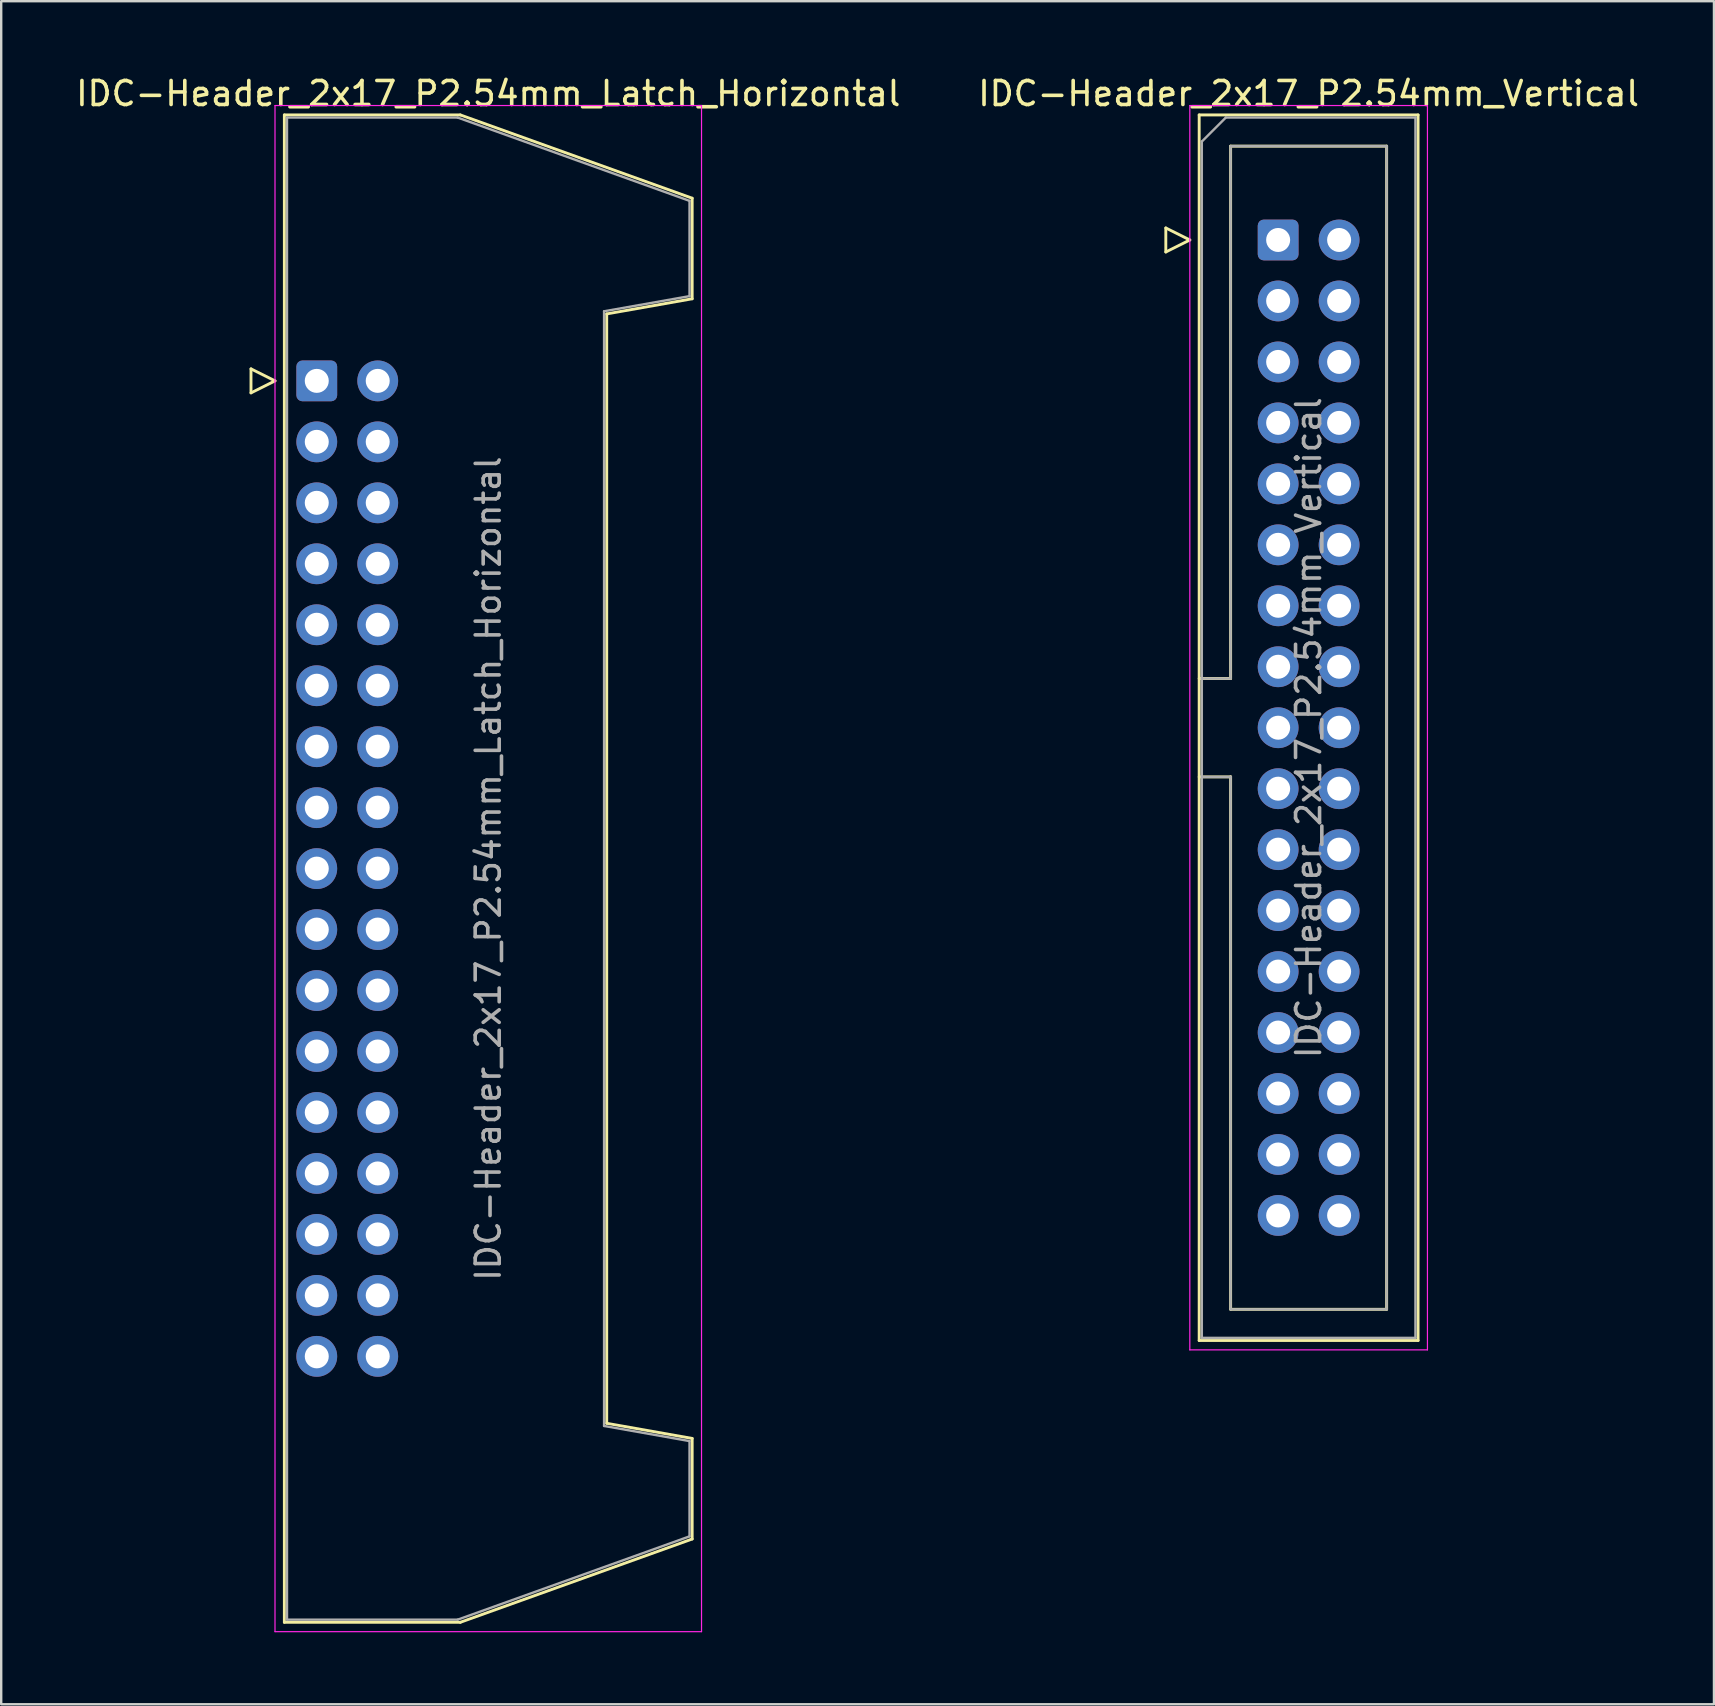
<source format=kicad_pcb>
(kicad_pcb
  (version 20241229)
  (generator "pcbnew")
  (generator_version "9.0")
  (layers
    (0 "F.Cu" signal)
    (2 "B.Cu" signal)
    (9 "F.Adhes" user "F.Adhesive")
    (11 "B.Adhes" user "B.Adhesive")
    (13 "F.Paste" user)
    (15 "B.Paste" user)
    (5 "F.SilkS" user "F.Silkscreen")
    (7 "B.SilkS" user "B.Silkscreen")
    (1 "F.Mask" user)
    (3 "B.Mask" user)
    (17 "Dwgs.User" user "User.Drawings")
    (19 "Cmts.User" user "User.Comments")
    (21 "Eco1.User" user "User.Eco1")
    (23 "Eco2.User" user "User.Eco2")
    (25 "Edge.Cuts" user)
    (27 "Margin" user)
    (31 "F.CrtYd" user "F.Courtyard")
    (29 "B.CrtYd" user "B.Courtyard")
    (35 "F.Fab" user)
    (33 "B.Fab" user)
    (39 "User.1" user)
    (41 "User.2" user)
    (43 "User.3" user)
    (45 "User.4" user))
  (footprint "IDC-Header_2x17_P2.54mm_Vertical"
    (layer "F.Cu")
    (at 50.2 6.948)
    (property "Reference" "IDC-Header_2x17_P2.54mm_Vertical" (at 1.27 -6.1 0) (layer "F.SilkS") (effects (font (size 1 1) (thickness 0.15))))
    (attr through_hole)
    (fp_line (start -4.68 -0.5) (end -4.68 0.5) (stroke (width 0.12) (type solid)) (layer "F.SilkS"))
    (fp_line (start -4.68 0.5) (end -3.68 0) (stroke (width 0.12) (type solid)) (layer "F.SilkS"))
    (fp_line (start -3.68 0) (end -4.68 -0.5) (stroke (width 0.12) (type solid)) (layer "F.SilkS"))
    (fp_line (start -3.29 -5.21) (end 5.83 -5.21) (stroke (width 0.12) (type solid)) (layer "F.SilkS"))
    (fp_line (start -3.29 18.27) (end -1.98 18.27) (stroke (width 0.12) (type solid)) (layer "F.SilkS"))
    (fp_line (start -3.29 45.85) (end -3.29 -5.21) (stroke (width 0.12) (type solid)) (layer "F.SilkS"))
    (fp_line (start -1.98 -3.91) (end 4.52 -3.91) (stroke (width 0.12) (type solid)) (layer "F.SilkS"))
    (fp_line (start -1.98 18.27) (end -1.98 -3.91) (stroke (width 0.12) (type solid)) (layer "F.SilkS"))
    (fp_line (start -1.98 22.37) (end -3.29 22.37) (stroke (width 0.12) (type solid)) (layer "F.SilkS"))
    (fp_line (start -1.98 22.37) (end -1.98 22.37) (stroke (width 0.12) (type solid)) (layer "F.SilkS"))
    (fp_line (start -1.98 44.55) (end -1.98 22.37) (stroke (width 0.12) (type solid)) (layer "F.SilkS"))
    (fp_line (start 4.52 -3.91) (end 4.52 44.55) (stroke (width 0.12) (type solid)) (layer "F.SilkS"))
    (fp_line (start 4.52 44.55) (end -1.98 44.55) (stroke (width 0.12) (type solid)) (layer "F.SilkS"))
    (fp_line (start 5.83 -5.21) (end 5.83 45.85) (stroke (width 0.12) (type solid)) (layer "F.SilkS"))
    (fp_line (start 5.83 45.85) (end -3.29 45.85) (stroke (width 0.12) (type solid)) (layer "F.SilkS"))
    (fp_line (start -3.68 -5.6) (end -3.68 46.24) (stroke (width 0.05) (type solid)) (layer "F.CrtYd"))
    (fp_line (start -3.68 46.24) (end 6.22 46.24) (stroke (width 0.05) (type solid)) (layer "F.CrtYd"))
    (fp_line (start 6.22 -5.6) (end -3.68 -5.6) (stroke (width 0.05) (type solid)) (layer "F.CrtYd"))
    (fp_line (start 6.22 46.24) (end 6.22 -5.6) (stroke (width 0.05) (type solid)) (layer "F.CrtYd"))
    (fp_line (start -3.18 -4.1) (end -2.18 -5.1) (stroke (width 0.1) (type solid)) (layer "F.Fab"))
    (fp_line (start -3.18 18.27) (end -1.98 18.27) (stroke (width 0.1) (type solid)) (layer "F.Fab"))
    (fp_line (start -3.18 45.74) (end -3.18 -4.1) (stroke (width 0.1) (type solid)) (layer "F.Fab"))
    (fp_line (start -2.18 -5.1) (end 5.72 -5.1) (stroke (width 0.1) (type solid)) (layer "F.Fab"))
    (fp_line (start -1.98 -3.91) (end 4.52 -3.91) (stroke (width 0.1) (type solid)) (layer "F.Fab"))
    (fp_line (start -1.98 18.27) (end -1.98 -3.91) (stroke (width 0.1) (type solid)) (layer "F.Fab"))
    (fp_line (start -1.98 22.37) (end -3.18 22.37) (stroke (width 0.1) (type solid)) (layer "F.Fab"))
    (fp_line (start -1.98 22.37) (end -1.98 22.37) (stroke (width 0.1) (type solid)) (layer "F.Fab"))
    (fp_line (start -1.98 44.55) (end -1.98 22.37) (stroke (width 0.1) (type solid)) (layer "F.Fab"))
    (fp_line (start 4.52 -3.91) (end 4.52 44.55) (stroke (width 0.1) (type solid)) (layer "F.Fab"))
    (fp_line (start 4.52 44.55) (end -1.98 44.55) (stroke (width 0.1) (type solid)) (layer "F.Fab"))
    (fp_line (start 5.72 -5.1) (end 5.72 45.74) (stroke (width 0.1) (type solid)) (layer "F.Fab"))
    (fp_line (start 5.72 45.74) (end -3.18 45.74) (stroke (width 0.1) (type solid)) (layer "F.Fab"))
    (fp_text user "${REFERENCE}" (at 1.27 20.32 90) (layer "F.Fab") (effects (font (size 1 1) (thickness 0.15))))
    (pad "1" thru_hole roundrect (at 0 0) (size 1.7 1.7) (drill 1) (layers "*.Cu" "*.Mask") (roundrect_rratio 0.147))
    (pad "2" thru_hole circle (at 2.54 0) (size 1.7 1.7) (drill 1) (layers "*.Cu" "*.Mask"))
    (pad "3" thru_hole circle (at 0 2.54) (size 1.7 1.7) (drill 1) (layers "*.Cu" "*.Mask"))
    (pad "4" thru_hole circle (at 2.54 2.54) (size 1.7 1.7) (drill 1) (layers "*.Cu" "*.Mask"))
    (pad "5" thru_hole circle (at 0 5.08) (size 1.7 1.7) (drill 1) (layers "*.Cu" "*.Mask"))
    (pad "6" thru_hole circle (at 2.54 5.08) (size 1.7 1.7) (drill 1) (layers "*.Cu" "*.Mask"))
    (pad "7" thru_hole circle (at 0 7.62) (size 1.7 1.7) (drill 1) (layers "*.Cu" "*.Mask"))
    (pad "8" thru_hole circle (at 2.54 7.62) (size 1.7 1.7) (drill 1) (layers "*.Cu" "*.Mask"))
    (pad "9" thru_hole circle (at 0 10.16) (size 1.7 1.7) (drill 1) (layers "*.Cu" "*.Mask"))
    (pad "10" thru_hole circle (at 2.54 10.16) (size 1.7 1.7) (drill 1) (layers "*.Cu" "*.Mask"))
    (pad "11" thru_hole circle (at 0 12.7) (size 1.7 1.7) (drill 1) (layers "*.Cu" "*.Mask"))
    (pad "12" thru_hole circle (at 2.54 12.7) (size 1.7 1.7) (drill 1) (layers "*.Cu" "*.Mask"))
    (pad "13" thru_hole circle (at 0 15.24) (size 1.7 1.7) (drill 1) (layers "*.Cu" "*.Mask"))
    (pad "14" thru_hole circle (at 2.54 15.24) (size 1.7 1.7) (drill 1) (layers "*.Cu" "*.Mask"))
    (pad "15" thru_hole circle (at 0 17.78) (size 1.7 1.7) (drill 1) (layers "*.Cu" "*.Mask"))
    (pad "16" thru_hole circle (at 2.54 17.78) (size 1.7 1.7) (drill 1) (layers "*.Cu" "*.Mask"))
    (pad "17" thru_hole circle (at 0 20.32) (size 1.7 1.7) (drill 1) (layers "*.Cu" "*.Mask"))
    (pad "18" thru_hole circle (at 2.54 20.32) (size 1.7 1.7) (drill 1) (layers "*.Cu" "*.Mask"))
    (pad "19" thru_hole circle (at 0 22.86) (size 1.7 1.7) (drill 1) (layers "*.Cu" "*.Mask"))
    (pad "20" thru_hole circle (at 2.54 22.86) (size 1.7 1.7) (drill 1) (layers "*.Cu" "*.Mask"))
    (pad "21" thru_hole circle (at 0 25.4) (size 1.7 1.7) (drill 1) (layers "*.Cu" "*.Mask"))
    (pad "22" thru_hole circle (at 2.54 25.4) (size 1.7 1.7) (drill 1) (layers "*.Cu" "*.Mask"))
    (pad "23" thru_hole circle (at 0 27.94) (size 1.7 1.7) (drill 1) (layers "*.Cu" "*.Mask"))
    (pad "24" thru_hole circle (at 2.54 27.94) (size 1.7 1.7) (drill 1) (layers "*.Cu" "*.Mask"))
    (pad "25" thru_hole circle (at 0 30.48) (size 1.7 1.7) (drill 1) (layers "*.Cu" "*.Mask"))
    (pad "26" thru_hole circle (at 2.54 30.48) (size 1.7 1.7) (drill 1) (layers "*.Cu" "*.Mask"))
    (pad "27" thru_hole circle (at 0 33.02) (size 1.7 1.7) (drill 1) (layers "*.Cu" "*.Mask"))
    (pad "28" thru_hole circle (at 2.54 33.02) (size 1.7 1.7) (drill 1) (layers "*.Cu" "*.Mask"))
    (pad "29" thru_hole circle (at 0 35.56) (size 1.7 1.7) (drill 1) (layers "*.Cu" "*.Mask"))
    (pad "30" thru_hole circle (at 2.54 35.56) (size 1.7 1.7) (drill 1) (layers "*.Cu" "*.Mask"))
    (pad "31" thru_hole circle (at 0 38.1) (size 1.7 1.7) (drill 1) (layers "*.Cu" "*.Mask"))
    (pad "32" thru_hole circle (at 2.54 38.1) (size 1.7 1.7) (drill 1) (layers "*.Cu" "*.Mask"))
    (pad "33" thru_hole circle (at 0 40.64) (size 1.7 1.7) (drill 1) (layers "*.Cu" "*.Mask"))
    (pad "34" thru_hole circle (at 2.54 40.64) (size 1.7 1.7) (drill 1) (layers "*.Cu" "*.Mask")))
  (footprint "IDC-Header_2x17_P2.54mm_Latch_Horizontal"
    (layer "F.Cu")
    (at 10.147 12.818)
    (property "Reference" "IDC-Header_2x17_P2.54mm_Latch_Horizontal" (at 7.145 -11.97 0) (layer "F.SilkS") (effects (font (size 1 1) (thickness 0.15))))
    (attr through_hole)
    (fp_line (start -2.74 -0.5) (end -2.74 0.5) (stroke (width 0.12) (type solid)) (layer "F.SilkS"))
    (fp_line (start -2.74 0.5) (end -1.74 0) (stroke (width 0.12) (type solid)) (layer "F.SilkS"))
    (fp_line (start -1.74 0) (end -2.74 -0.5) (stroke (width 0.12) (type solid)) (layer "F.SilkS"))
    (fp_line (start -1.35 -11.08) (end 5.98 -11.08) (stroke (width 0.12) (type solid)) (layer "F.SilkS"))
    (fp_line (start -1.35 51.72) (end -1.35 -11.08) (stroke (width 0.12) (type solid)) (layer "F.SilkS"))
    (fp_line (start 5.98 -11.08) (end 15.64 -7.61) (stroke (width 0.12) (type solid)) (layer "F.SilkS"))
    (fp_line (start 5.98 51.72) (end -1.35 51.72) (stroke (width 0.12) (type solid)) (layer "F.SilkS"))
    (fp_line (start 12.08 -2.79) (end 12.08 43.43) (stroke (width 0.12) (type solid)) (layer "F.SilkS"))
    (fp_line (start 12.08 43.43) (end 15.64 44.06) (stroke (width 0.12) (type solid)) (layer "F.SilkS"))
    (fp_line (start 15.64 -7.61) (end 15.64 -3.42) (stroke (width 0.12) (type solid)) (layer "F.SilkS"))
    (fp_line (start 15.64 -3.42) (end 12.08 -2.79) (stroke (width 0.12) (type solid)) (layer "F.SilkS"))
    (fp_line (start 15.64 44.06) (end 15.64 48.25) (stroke (width 0.12) (type solid)) (layer "F.SilkS"))
    (fp_line (start 15.64 48.25) (end 5.98 51.72) (stroke (width 0.12) (type solid)) (layer "F.SilkS"))
    (fp_line (start -1.74 -11.47) (end -1.74 52.11) (stroke (width 0.05) (type solid)) (layer "F.CrtYd"))
    (fp_line (start -1.74 52.11) (end 16.03 52.11) (stroke (width 0.05) (type solid)) (layer "F.CrtYd"))
    (fp_line (start 16.03 -11.47) (end -1.74 -11.47) (stroke (width 0.05) (type solid)) (layer "F.CrtYd"))
    (fp_line (start 16.03 52.11) (end 16.03 -11.47) (stroke (width 0.05) (type solid)) (layer "F.CrtYd"))
    (fp_line (start -1.24 -10.97) (end 5.87 -10.97) (stroke (width 0.1) (type solid)) (layer "F.Fab"))
    (fp_line (start -1.24 51.61) (end -1.24 -10.97) (stroke (width 0.1) (type solid)) (layer "F.Fab"))
    (fp_line (start 5.87 -10.97) (end 15.53 -7.5) (stroke (width 0.1) (type solid)) (layer "F.Fab"))
    (fp_line (start 5.87 51.61) (end -1.24 51.61) (stroke (width 0.1) (type solid)) (layer "F.Fab"))
    (fp_line (start 11.97 -2.9) (end 11.97 43.54) (stroke (width 0.1) (type solid)) (layer "F.Fab"))
    (fp_line (start 11.97 43.54) (end 15.53 44.17) (stroke (width 0.1) (type solid)) (layer "F.Fab"))
    (fp_line (start 15.53 -7.5) (end 15.53 -3.53) (stroke (width 0.1) (type solid)) (layer "F.Fab"))
    (fp_line (start 15.53 -3.53) (end 11.97 -2.9) (stroke (width 0.1) (type solid)) (layer "F.Fab"))
    (fp_line (start 15.53 44.17) (end 15.53 48.14) (stroke (width 0.1) (type solid)) (layer "F.Fab"))
    (fp_line (start 15.53 48.14) (end 5.87 51.61) (stroke (width 0.1) (type solid)) (layer "F.Fab"))
    (fp_text user "${REFERENCE}" (at 7.145 20.32 90) (layer "F.Fab") (effects (font (size 1 1) (thickness 0.15))))
    (pad "1" thru_hole roundrect (at 0 0) (size 1.7 1.7) (drill 1) (layers "*.Cu" "*.Mask") (roundrect_rratio 0.147))
    (pad "2" thru_hole circle (at 2.54 0) (size 1.7 1.7) (drill 1) (layers "*.Cu" "*.Mask"))
    (pad "3" thru_hole circle (at 0 2.54) (size 1.7 1.7) (drill 1) (layers "*.Cu" "*.Mask"))
    (pad "4" thru_hole circle (at 2.54 2.54) (size 1.7 1.7) (drill 1) (layers "*.Cu" "*.Mask"))
    (pad "5" thru_hole circle (at 0 5.08) (size 1.7 1.7) (drill 1) (layers "*.Cu" "*.Mask"))
    (pad "6" thru_hole circle (at 2.54 5.08) (size 1.7 1.7) (drill 1) (layers "*.Cu" "*.Mask"))
    (pad "7" thru_hole circle (at 0 7.62) (size 1.7 1.7) (drill 1) (layers "*.Cu" "*.Mask"))
    (pad "8" thru_hole circle (at 2.54 7.62) (size 1.7 1.7) (drill 1) (layers "*.Cu" "*.Mask"))
    (pad "9" thru_hole circle (at 0 10.16) (size 1.7 1.7) (drill 1) (layers "*.Cu" "*.Mask"))
    (pad "10" thru_hole circle (at 2.54 10.16) (size 1.7 1.7) (drill 1) (layers "*.Cu" "*.Mask"))
    (pad "11" thru_hole circle (at 0 12.7) (size 1.7 1.7) (drill 1) (layers "*.Cu" "*.Mask"))
    (pad "12" thru_hole circle (at 2.54 12.7) (size 1.7 1.7) (drill 1) (layers "*.Cu" "*.Mask"))
    (pad "13" thru_hole circle (at 0 15.24) (size 1.7 1.7) (drill 1) (layers "*.Cu" "*.Mask"))
    (pad "14" thru_hole circle (at 2.54 15.24) (size 1.7 1.7) (drill 1) (layers "*.Cu" "*.Mask"))
    (pad "15" thru_hole circle (at 0 17.78) (size 1.7 1.7) (drill 1) (layers "*.Cu" "*.Mask"))
    (pad "16" thru_hole circle (at 2.54 17.78) (size 1.7 1.7) (drill 1) (layers "*.Cu" "*.Mask"))
    (pad "17" thru_hole circle (at 0 20.32) (size 1.7 1.7) (drill 1) (layers "*.Cu" "*.Mask"))
    (pad "18" thru_hole circle (at 2.54 20.32) (size 1.7 1.7) (drill 1) (layers "*.Cu" "*.Mask"))
    (pad "19" thru_hole circle (at 0 22.86) (size 1.7 1.7) (drill 1) (layers "*.Cu" "*.Mask"))
    (pad "20" thru_hole circle (at 2.54 22.86) (size 1.7 1.7) (drill 1) (layers "*.Cu" "*.Mask"))
    (pad "21" thru_hole circle (at 0 25.4) (size 1.7 1.7) (drill 1) (layers "*.Cu" "*.Mask"))
    (pad "22" thru_hole circle (at 2.54 25.4) (size 1.7 1.7) (drill 1) (layers "*.Cu" "*.Mask"))
    (pad "23" thru_hole circle (at 0 27.94) (size 1.7 1.7) (drill 1) (layers "*.Cu" "*.Mask"))
    (pad "24" thru_hole circle (at 2.54 27.94) (size 1.7 1.7) (drill 1) (layers "*.Cu" "*.Mask"))
    (pad "25" thru_hole circle (at 0 30.48) (size 1.7 1.7) (drill 1) (layers "*.Cu" "*.Mask"))
    (pad "26" thru_hole circle (at 2.54 30.48) (size 1.7 1.7) (drill 1) (layers "*.Cu" "*.Mask"))
    (pad "27" thru_hole circle (at 0 33.02) (size 1.7 1.7) (drill 1) (layers "*.Cu" "*.Mask"))
    (pad "28" thru_hole circle (at 2.54 33.02) (size 1.7 1.7) (drill 1) (layers "*.Cu" "*.Mask"))
    (pad "29" thru_hole circle (at 0 35.56) (size 1.7 1.7) (drill 1) (layers "*.Cu" "*.Mask"))
    (pad "30" thru_hole circle (at 2.54 35.56) (size 1.7 1.7) (drill 1) (layers "*.Cu" "*.Mask"))
    (pad "31" thru_hole circle (at 0 38.1) (size 1.7 1.7) (drill 1) (layers "*.Cu" "*.Mask"))
    (pad "32" thru_hole circle (at 2.54 38.1) (size 1.7 1.7) (drill 1) (layers "*.Cu" "*.Mask"))
    (pad "33" thru_hole circle (at 0 40.64) (size 1.7 1.7) (drill 1) (layers "*.Cu" "*.Mask"))
    (pad "34" thru_hole circle (at 2.54 40.64) (size 1.7 1.7) (drill 1) (layers "*.Cu" "*.Mask")))
  (gr_rect
    (start -3 -3)
    (end 68.357 67.953)
    (stroke (width 0.1) (type default))
    (fill no)
    (layer "Edge.Cuts")))
</source>
